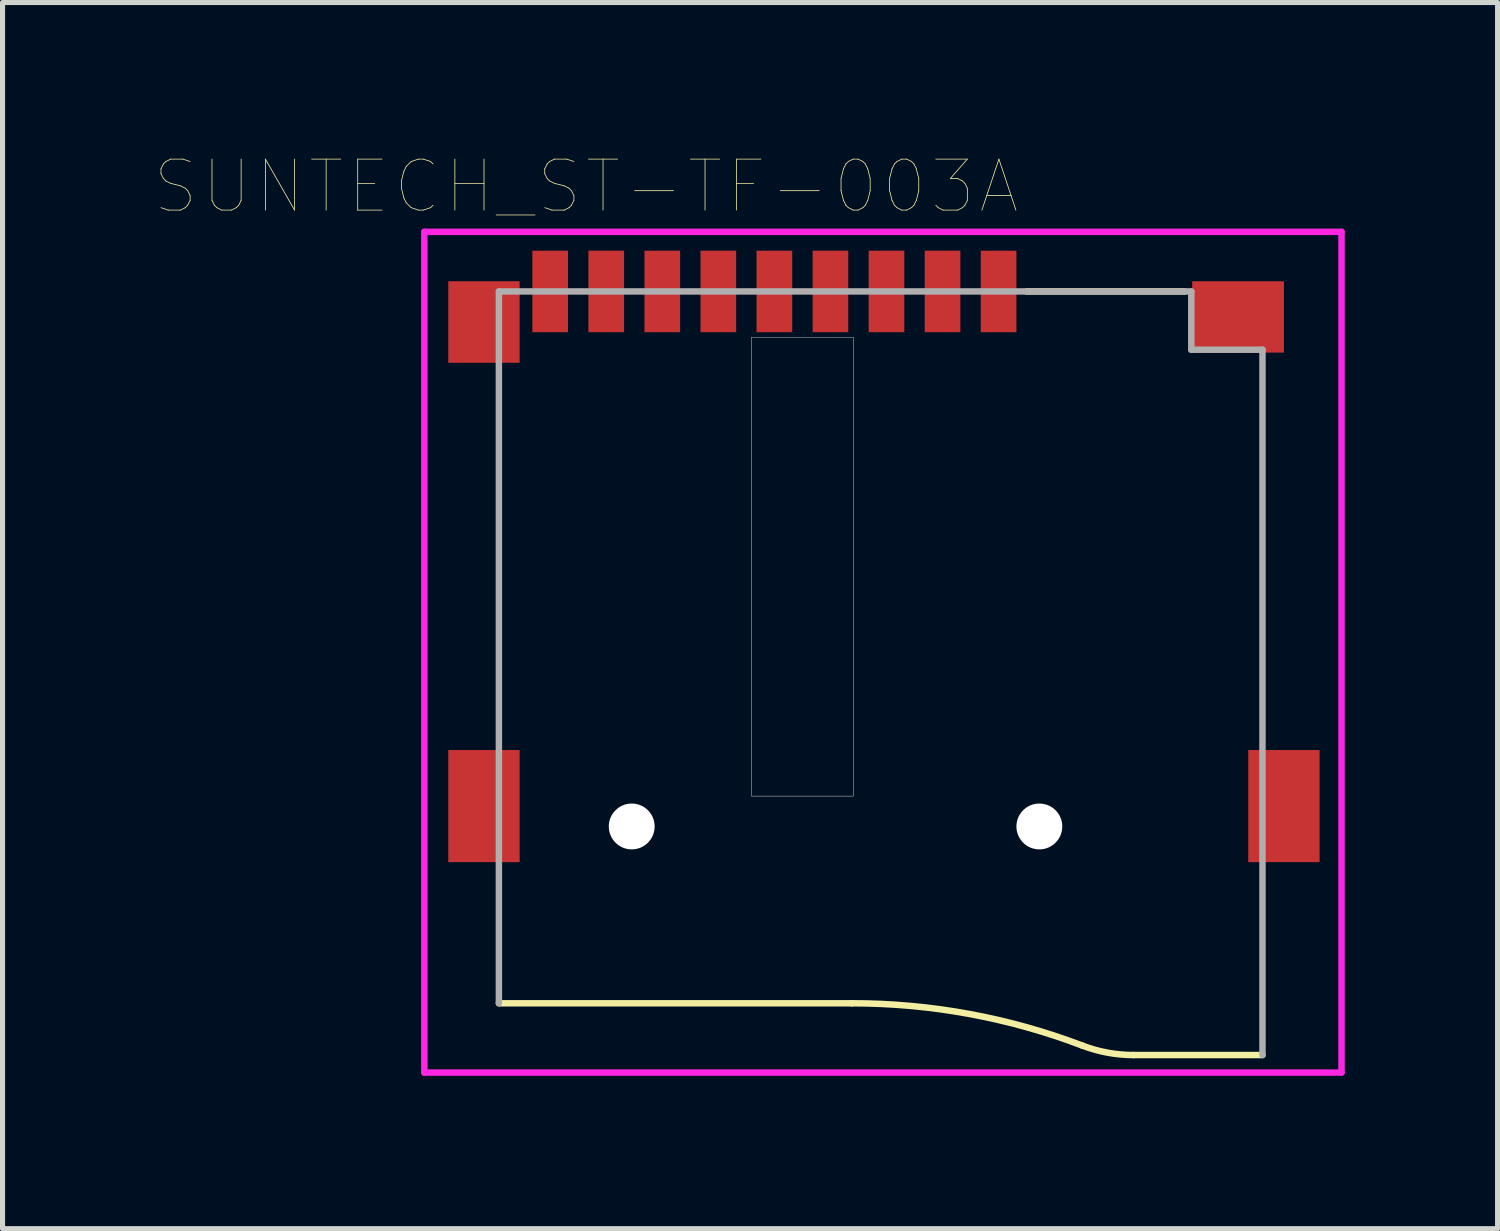
<source format=kicad_pcb>
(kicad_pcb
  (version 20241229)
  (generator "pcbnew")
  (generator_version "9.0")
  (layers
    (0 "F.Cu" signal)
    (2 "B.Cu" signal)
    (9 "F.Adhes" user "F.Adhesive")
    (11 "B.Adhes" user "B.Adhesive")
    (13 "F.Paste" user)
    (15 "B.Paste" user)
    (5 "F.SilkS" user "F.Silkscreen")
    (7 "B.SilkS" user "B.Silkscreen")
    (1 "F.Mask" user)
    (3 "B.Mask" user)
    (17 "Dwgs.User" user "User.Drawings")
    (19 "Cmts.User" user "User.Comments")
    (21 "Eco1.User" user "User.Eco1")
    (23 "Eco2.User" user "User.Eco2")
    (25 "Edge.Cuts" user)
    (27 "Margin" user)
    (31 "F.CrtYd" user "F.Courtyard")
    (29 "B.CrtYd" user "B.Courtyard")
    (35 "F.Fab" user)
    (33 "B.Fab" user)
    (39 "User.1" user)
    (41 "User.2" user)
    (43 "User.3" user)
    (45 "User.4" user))
  (footprint "SUNTECH_ST-TF-003A"
    (layer "F.Cu")
    (at 13.028 8)
    (property "Reference" "SUNTECH_ST-TF-003A" (at -4.577 -7.389 0) (layer "F.SilkS") (effects (font (size 1.001 1.001) (thickness 0.015))))
    (attr through_hole)
    (fp_line (start 0.647 8.64) (end -6.287 8.64) (stroke (width 0.127) (type solid)) (layer "F.SilkS"))
    (fp_line (start 7.17 -5.33) (end 4.07 -5.33) (stroke (width 0.127) (type solid)) (layer "F.SilkS"))
    (fp_line (start 8.699 9.656) (end 6.168 9.656) (stroke (width 0.127) (type solid)) (layer "F.SilkS"))
    (fp_arc (start 0.6469 8.64) (mid 2.945408 8.849734) (end 5.168 9.472) (stroke (width 0.127) (type solid)) (layer "F.SilkS"))
    (fp_arc (start 6.1679 9.656) (mid 5.659555 9.609621) (end 5.168 9.472) (stroke (width 0.127) (type solid)) (layer "F.SilkS"))
    (fp_poly (pts (xy -1.331 -4.43) (xy 0.67 -4.43) (xy 0.67 4.575) (xy -1.331 4.575)) (stroke (width 0.01) (type solid)) (fill no) (layer "Dwgs.User"))
    (fp_line (start -7.75 -6.5) (end 10.25 -6.5) (stroke (width 0.127) (type solid)) (layer "F.CrtYd"))
    (fp_line (start -7.75 10) (end -7.75 -6.5) (stroke (width 0.127) (type solid)) (layer "F.CrtYd"))
    (fp_line (start 10.25 -6.5) (end 10.25 10) (stroke (width 0.127) (type solid)) (layer "F.CrtYd"))
    (fp_line (start 10.25 10) (end -7.75 10) (stroke (width 0.127) (type solid)) (layer "F.CrtYd"))
    (fp_line (start -6.287 -5.33) (end 7.302 -5.33) (stroke (width 0.127) (type solid)) (layer "F.Fab"))
    (fp_line (start -6.287 8.64) (end -6.287 -5.33) (stroke (width 0.127) (type solid)) (layer "F.Fab"))
    (fp_line (start 7.302 -5.33) (end 7.302 -4.187) (stroke (width 0.127) (type solid)) (layer "F.Fab"))
    (fp_line (start 7.302 -4.187) (end 8.699 -4.187) (stroke (width 0.127) (type solid)) (layer "F.Fab"))
    (fp_line (start 8.699 -4.187) (end 8.699 9.656) (stroke (width 0.127) (type solid)) (layer "F.Fab"))
    (pad "" np_thru_hole circle (at -3.68 5.17) (size 0.9 0.9) (drill 0.9) (layers "*.Cu" "*.Mask"))
    (pad "" np_thru_hole circle (at 4.32 5.17) (size 0.9 0.9) (drill 0.9) (layers "*.Cu" "*.Mask"))
    (pad "1" smd rect (at 3.52 -5.33) (size 0.7 1.6) (layers "F.Cu" "F.Mask" "F.Paste"))
    (pad "2" smd rect (at 2.42 -5.33) (size 0.7 1.6) (layers "F.Cu" "F.Mask" "F.Paste"))
    (pad "3" smd rect (at 1.32 -5.33) (size 0.7 1.6) (layers "F.Cu" "F.Mask" "F.Paste"))
    (pad "4" smd rect (at 0.22 -5.33) (size 0.7 1.6) (layers "F.Cu" "F.Mask" "F.Paste"))
    (pad "5" smd rect (at -0.88 -5.33) (size 0.7 1.6) (layers "F.Cu" "F.Mask" "F.Paste"))
    (pad "6" smd rect (at -1.98 -5.33) (size 0.7 1.6) (layers "F.Cu" "F.Mask" "F.Paste"))
    (pad "7" smd rect (at -3.08 -5.33) (size 0.7 1.6) (layers "F.Cu" "F.Mask" "F.Paste"))
    (pad "8" smd rect (at -4.18 -5.33) (size 0.7 1.6) (layers "F.Cu" "F.Mask" "F.Paste"))
    (pad "9" smd rect (at -5.28 -5.33) (size 0.7 1.6) (layers "F.Cu" "F.Mask" "F.Paste"))
    (pad "G1" smd rect (at -6.58 -4.73) (size 1.4 1.6) (layers "F.Cu" "F.Mask" "F.Paste"))
    (pad "G2" smd rect (at -6.58 4.77) (size 1.4 2.2) (layers "F.Cu" "F.Mask" "F.Paste"))
    (pad "G3" smd rect (at 9.12 4.77) (size 1.4 2.2) (layers "F.Cu" "F.Mask" "F.Paste"))
    (pad "G4" smd rect (at 8.22 -4.83) (size 1.8 1.4) (layers "F.Cu" "F.Mask" "F.Paste")))
  (gr_rect
    (start -3 -3)
    (end 26.341 21.064)
    (stroke (width 0.1) (type default))
    (fill no)
    (layer "Edge.Cuts")))
</source>
